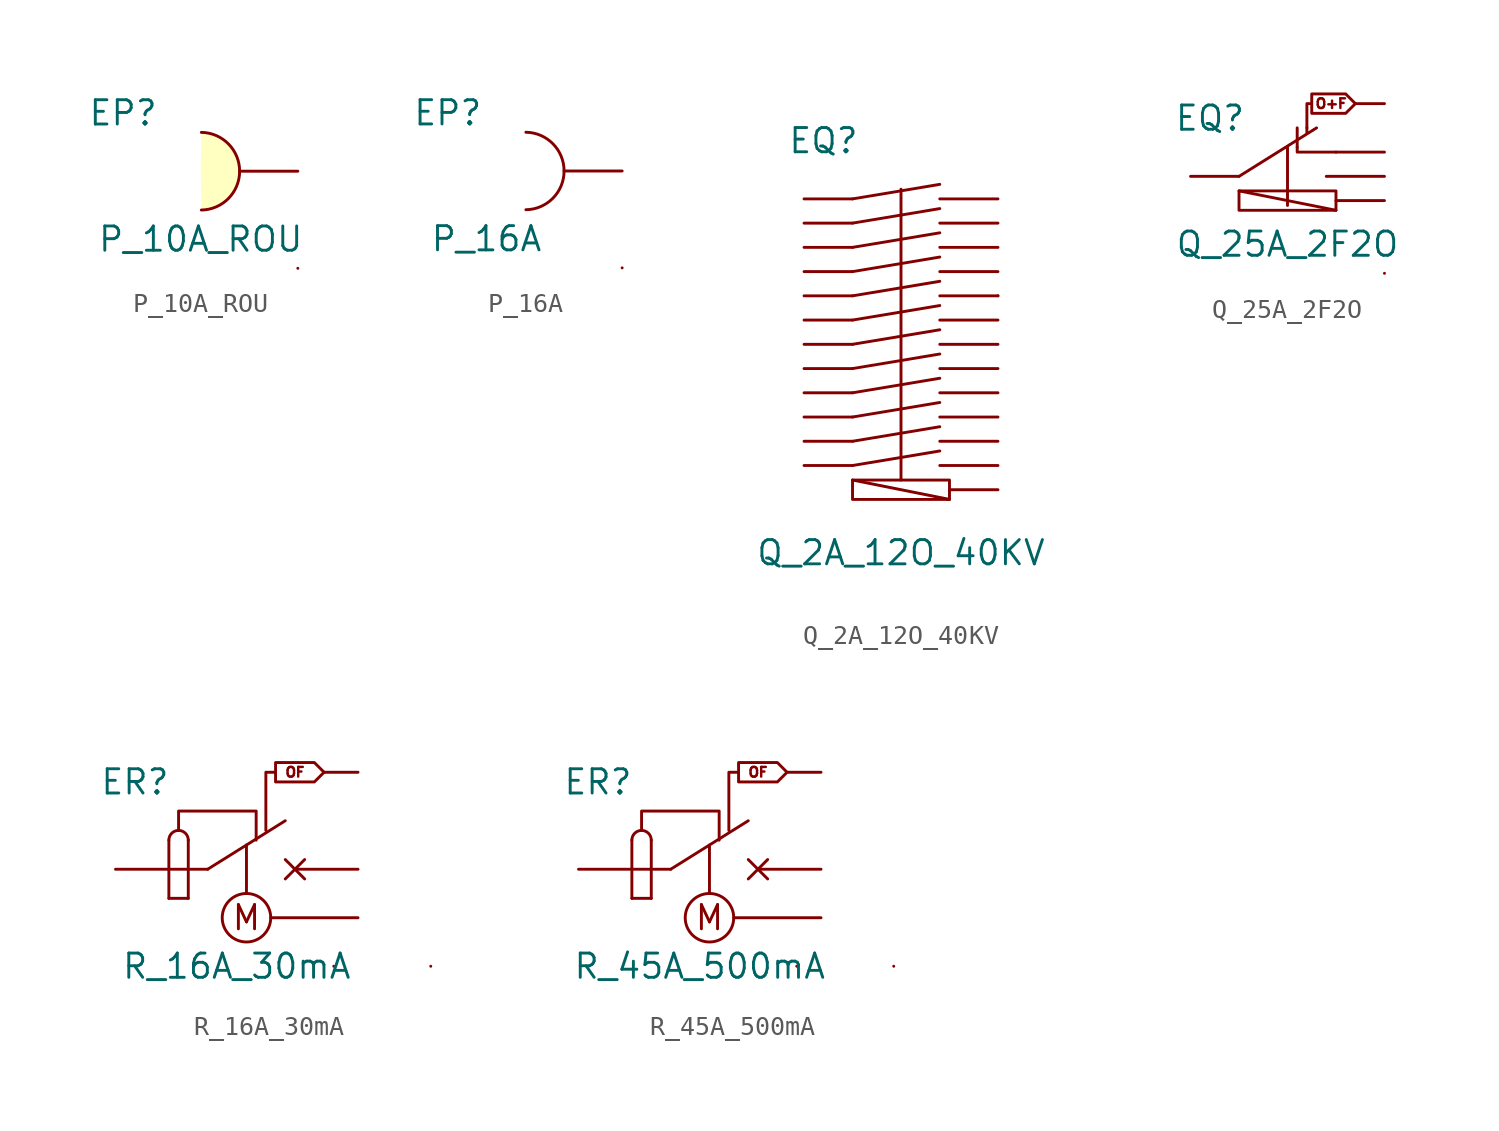
<source format=kicad_sym>
(kicad_symbol_lib
  (version 20201005)
  (generator kicad_symbol_editor)
  (symbol "elec-unifil:P_10A_ROU"
    (pin_numbers hide)
    (pin_names
      (offset 0.254))
    (property "Reference" "EP"
      (at -4.064 3.048 0)
      (effects (font (size 1.27 1.27))))
    (property "Value" "P_10A_ROU"
      (at 0 -3.556 0)
      (effects (font (size 1.27 1.27))))
    (symbol "P_10A_ROU_0_0"
      (arc (start 0.0319 2.0317) (end 0.0319 -2.0317) (radius (at 0 0) (length 2.032) (angles 89.1 -89.1)) (stroke (width 0)) (fill (type background)))
      (polyline (pts (xy 5.08 -5.08) (xy 5.08 -5.08)) (stroke (width 0)) (fill (type none))))
    (symbol "P_10A_ROU_1_1"
      (pin passive line (at 5.08 0 180) (length 3.048) (name "~" (effects (font (size 1.016 1.016)))) (number "1" (effects (font (size 0.254 0.254)))))))
  (symbol "elec-unifil:P_16A"
    (pin_numbers hide)
    (pin_names
      (offset 0.254))
    (property "Reference" "EP"
      (at -4.064 3.048 0)
      (effects (font (size 1.27 1.27))))
    (property "Value" "P_16A"
      (at -2.032 -3.556 0)
      (effects (font (size 1.27 1.27))))
    (symbol "P_16A_0_0"
      (arc (start 0.0319 2.0317) (end 0.0319 -2.0317) (radius (at 0 0) (length 2.032) (angles 89.1 -89.1)) (stroke (width 0)) (fill (type none)))
      (polyline (pts (xy 5.08 -5.08) (xy 5.08 -5.08)) (stroke (width 0)) (fill (type none))))
    (symbol "P_16A_1_1"
      (pin passive line (at 5.08 0 180) (length 3.048) (name "~" (effects (font (size 1.016 1.016)))) (number "1" (effects (font (size 0.254 0.254)))))))
  (symbol "elec-unifil:Q_2A_12O_40KV"
    (pin_numbers hide)
    (pin_names
      (offset 0.254))
    (property "Reference" "EQ"
      (at -4.064 3.048 0)
      (effects (font (size 1.27 1.27))))
    (property "Value" "Q_2A_12O_40KV"
      (at 0 -18.542 0)
      (effects (font (size 1.27 1.27))))
    (symbol "Q_2A_12O_40KV_0_0"
      (rectangle (start -2.54 -14.732) (end 2.54 -15.748) (stroke (width 0)) (fill (type none)))
      (polyline (pts (xy -2.54 -14.732) (xy -2.54 -14.732) (xy 2.54 -15.748) (xy 2.54 -15.748)) (stroke (width 0)) (fill (type none)))
      (polyline (pts (xy 5.08 -5.08) (xy 5.08 -5.08)) (stroke (width 0)) (fill (type none))))
    (symbol "Q_2A_12O_40KV_0_1"
      (polyline (pts (xy -2.54 -13.97) (xy 2.032 -13.208) (xy 2.032 -13.208)) (stroke (width 0)) (fill (type none)))
      (polyline (pts (xy -2.54 0) (xy 2.032 0.762) (xy 2.032 0.762) (xy 2.032 0.762) (xy 2.032 0.762)) (stroke (width 0)) (fill (type none)))
      (polyline (pts (xy -2.54 -6.35) (xy 2.032 -5.588) (xy 2.032 -5.588)) (stroke (width 0)) (fill (type none)))
      (polyline (pts (xy -2.54 -12.7) (xy 2.032 -11.938) (xy 2.032 -11.938)) (stroke (width 0)) (fill (type none)))
      (polyline (pts (xy -2.54 -11.43) (xy 2.032 -10.668) (xy 2.032 -10.668)) (stroke (width 0)) (fill (type none)))
      (polyline (pts (xy -2.54 -8.89) (xy 2.032 -8.128) (xy 2.032 -8.128)) (stroke (width 0)) (fill (type none)))
      (polyline (pts (xy -2.54 -5.08) (xy 2.032 -4.318) (xy 2.032 -4.318)) (stroke (width 0)) (fill (type none)))
      (polyline (pts (xy -2.54 -7.62) (xy 2.032 -6.858) (xy 2.032 -6.858)) (stroke (width 0)) (fill (type none)))
      (polyline (pts (xy -2.54 -10.16) (xy 2.032 -9.398) (xy 2.032 -9.398)) (stroke (width 0)) (fill (type none)))
      (polyline (pts (xy -2.54 -3.81) (xy 2.032 -3.048) (xy 2.032 -3.048)) (stroke (width 0)) (fill (type none)))
      (polyline (pts (xy -2.54 -2.54) (xy 2.032 -1.778) (xy 2.032 -1.778)) (stroke (width 0)) (fill (type none)))
      (polyline (pts (xy 0 -14.732) (xy 0 0.508) (xy 0 0.508)) (stroke (width 0)) (fill (type none)))
      (polyline (pts (xy -2.54 -1.27) (xy 2.032 -0.508) (xy 2.032 -0.508) (xy 2.032 -0.508) (xy 2.032 -0.508) (xy 2.032 -0.508)) (stroke (width 0)) (fill (type none))))
    (symbol "Q_2A_12O_40KV_1_1"
      (pin unspecified line (at 5.08 -12.7 180) (length 3.048) (name "~" (effects (font (size 1.016 1.016)))) (number "22" (effects (font (size 0.254 0.254)))))
      (pin unspecified line (at 5.08 -10.16 180) (length 3.048) (name "~" (effects (font (size 1.016 1.016)))) (number "18" (effects (font (size 0.254 0.254)))))
      (pin unspecified line (at -5.08 -3.81 0) (length 2.54) (name "~" (effects (font (size 1.016 1.016)))) (number "7" (effects (font (size 0.254 0.254)))))
      (pin passive line (at -5.08 -13.97 0) (length 2.54) (name "~" (effects (font (size 1.016 1.016)))) (number "23" (effects (font (size 0.254 0.254)))))
      (pin unspecified line (at 5.08 -7.62 180) (length 3.048) (name "~" (effects (font (size 1.016 1.016)))) (number "14" (effects (font (size 0.254 0.254)))))
      (pin unspecified line (at -5.08 -11.43 0) (length 2.54) (name "~" (effects (font (size 1.016 1.016)))) (number "19" (effects (font (size 0.254 0.254)))))
      (pin unspecified line (at 5.08 -5.08 180) (length 3.048) (name "~" (effects (font (size 1.016 1.016)))) (number "10" (effects (font (size 0.254 0.254)))))
      (pin unspecified line (at -5.08 -6.35 0) (length 2.54) (name "~" (effects (font (size 1.016 1.016)))) (number "11" (effects (font (size 0.254 0.254)))))
      (pin unspecified line (at 5.08 -2.54 180) (length 3.048) (name "~" (effects (font (size 1.016 1.016)))) (number "6" (effects (font (size 0.254 0.254)))))
      (pin unspecified line (at -5.08 -8.89 0) (length 2.54) (name "~" (effects (font (size 1.016 1.016)))) (number "15" (effects (font (size 0.254 0.254)))))
      (pin passive line (at 5.08 -13.97 180) (length 3.048) (name "~" (effects (font (size 1.016 1.016)))) (number "24" (effects (font (size 0.254 0.254)))))
      (pin unspecified line (at 5.08 -11.43 180) (length 3.048) (name "~" (effects (font (size 1.016 1.016)))) (number "20" (effects (font (size 0.254 0.254)))))
      (pin unspecified line (at 5.08 -8.89 180) (length 3.048) (name "~" (effects (font (size 1.016 1.016)))) (number "16" (effects (font (size 0.254 0.254)))))
      (pin unspecified line (at 5.08 -6.35 180) (length 3.048) (name "~" (effects (font (size 1.016 1.016)))) (number "12" (effects (font (size 0.254 0.254)))))
      (pin unspecified line (at 5.08 -3.81 180) (length 3.048) (name "~" (effects (font (size 1.016 1.016)))) (number "8" (effects (font (size 0.254 0.254)))))
      (pin passive line (at 5.08 -1.27 180) (length 3.048) (name "~" (effects (font (size 1.016 1.016)))) (number "4" (effects (font (size 0.254 0.254)))))
      (pin unspecified line (at -5.08 -12.7 0) (length 2.54) (name "~" (effects (font (size 1.016 1.016)))) (number "21" (effects (font (size 0.254 0.254)))))
      (pin unspecified line (at -5.08 -10.16 0) (length 2.54) (name "~" (effects (font (size 1.016 1.016)))) (number "17" (effects (font (size 0.254 0.254)))))
      (pin unspecified line (at -5.08 -7.62 0) (length 2.54) (name "~" (effects (font (size 1.016 1.016)))) (number "13" (effects (font (size 0.254 0.254)))))
      (pin unspecified line (at -5.08 -5.08 0) (length 2.54) (name "~" (effects (font (size 1.016 1.016)))) (number "9" (effects (font (size 0.254 0.254)))))
      (pin unspecified line (at -5.08 -2.54 0) (length 2.54) (name "~" (effects (font (size 1.016 1.016)))) (number "5" (effects (font (size 0.254 0.254)))))
      (pin unspecified line (at -5.08 -1.27 0) (length 2.54) (name "~" (effects (font (size 1.016 1.016)))) (number "3" (effects (font (size 0.254 0.254)))))
      (pin unspecified line (at 5.08 0 180) (length 3.048) (name "~" (effects (font (size 1.016 1.016)))) (number "2" (effects (font (size 0.254 0.254)))))
      (pin input line (at 5.08 -15.24 180) (length 2.54) (name "~" (effects (font (size 1.016 1.016)))) (number "25" (effects (font (size 0.254 0.254)))))
      (pin passive line (at -5.08 0 0) (length 2.54) (name "~" (effects (font (size 1.016 1.016)))) (number "1" (effects (font (size 0.254 0.254)))))))
  (symbol "elec-unifil:Q_25A_2F2O"
    (pin_numbers hide)
    (pin_names
      (offset 0.254))
    (property "Reference" "EQ"
      (at -4.064 3.048 0)
      (effects (font (size 1.27 1.27))))
    (property "Value" "Q_25A_2F2O"
      (at 0 -3.556 0)
      (effects (font (size 1.27 1.27))))
    (symbol "Q_25A_2F2O_0_0"
      (text "O+F" (at 2.286 3.81 0) (effects (font (size 0.508 0.508))))
      (rectangle (start -2.54 -0.762) (end 2.54 -1.778) (stroke (width 0)) (fill (type none)))
      (polyline (pts (xy 1.016 2.54) (xy 1.016 2.286) (xy 1.016 2.286)) (stroke (width 0)) (fill (type none)))
      (polyline (pts (xy 0.508 2.54) (xy 0.508 1.524) (xy 0.508 1.524)) (stroke (width 0)) (fill (type none)))
      (polyline (pts (xy 0 1.524) (xy 0 -1.524) (xy 0 -1.524)) (stroke (width 0)) (fill (type none)))
      (polyline (pts (xy 5.08 -5.08) (xy 5.08 -5.08)) (stroke (width 0)) (fill (type none)))
      (polyline (pts (xy -2.54 -0.762) (xy -2.54 -0.762) (xy 2.54 -1.778) (xy 2.54 -1.778)) (stroke (width 0)) (fill (type none))))
    (symbol "Q_25A_2F2O_0_1"
      (polyline (pts (xy 1.016 2.54) (xy 1.016 3.81) (xy 1.27 3.81) (xy 1.27 4.064) (xy 1.27 4.318) (xy 3.048 4.318) (xy 3.556 3.81) (xy 3.048 3.302) (xy 1.524 3.302) (xy 1.27 3.302) (xy 1.27 3.81) (xy 1.27 3.81)) (stroke (width 0)) (fill (type none)))
      (polyline (pts (xy 0.508 1.524) (xy 0.508 1.27) (xy 2.54 1.27) (xy 2.54 1.27) (xy 2.54 1.27)) (stroke (width 0)) (fill (type none)))
      (polyline (pts (xy -2.54 0) (xy 1.524 2.54) (xy 1.524 2.54)) (stroke (width 0)) (fill (type none))))
    (symbol "Q_25A_2F2O_1_1"
      (pin passive line (at -5.08 0 0) (length 2.54) (name "~" (effects (font (size 1.016 1.016)))) (number "1" (effects (font (size 0.254 0.254)))))
      (pin passive line (at 5.08 1.27 180) (length 2.54) (name "~" (effects (font (size 1.016 1.016)))) (number "2" (effects (font (size 0.254 0.254)))))
      (pin passive line (at 5.08 0 180) (length 3.048) (name "~" (effects (font (size 1.016 1.016)))) (number "3" (effects (font (size 0.254 0.254)))))
      (pin input line (at 5.08 -1.27 180) (length 2.54) (name "~" (effects (font (size 1.016 1.016)))) (number "4" (effects (font (size 0.254 0.254)))))
      (pin passive line (at 5.08 3.81 180) (length 1.524) (name "~" (effects (font (size 1.016 1.016)))) (number "5" (effects (font (size 0.254 0.254)))))))
  (symbol "elec-unifil:R_16A_30mA"
    (pin_numbers hide)
    (pin_names
      (offset 0.254))
    (property "Reference" "ER"
      (at -5.334 4.572 0)
      (effects (font (size 1.27 1.27))))
    (property "Value" "R_16A_30mA"
      (at 0 -5.08 0)
      (effects (font (size 1.27 1.27))))
    (symbol "R_16A_30mA_0_1"
      (arc (start -3.556 1.5249) (end -2.54 1.5249) (radius (at -3.048 1.524) (length 0.508) (angles 179.9 0.1)) (stroke (width 0)) (fill (type none)))
      (circle (center 0.508 -2.54) (radius 1.27) (stroke (width 0)) (fill (type none)))
      (polyline (pts (xy 1.524 2.032) (xy 1.524 5.08) (xy 2.032 5.08) (xy 2.032 5.588) (xy 4.064 5.588) (xy 4.572 5.08) (xy 4.064 4.572) (xy 2.032 4.572) (xy 2.032 5.08) (xy 2.032 5.08)) (stroke (width 0)) (fill (type none)))
      (polyline (pts (xy -1.524 0) (xy 2.54 2.54) (xy 2.54 2.54)) (stroke (width 0)) (fill (type none)))
      (polyline (pts (xy -3.048 2.032) (xy -3.048 3.048) (xy 1.016 3.048) (xy 1.016 1.524) (xy 1.016 1.524) (xy 1.016 1.524)) (stroke (width 0)) (fill (type none)))
      (polyline (pts (xy -3.556 0) (xy -1.524 0) (xy -1.524 0)) (stroke (width 0)) (fill (type none)))
      (polyline (pts (xy 3.556 0.508) (xy 2.54 -0.508) (xy 2.54 -0.508)) (stroke (width 0)) (fill (type none)))
      (polyline (pts (xy -3.556 -1.524) (xy -2.54 -1.524) (xy -2.54 -1.524) (xy -2.54 -1.524) (xy -2.54 -1.524)) (stroke (width 0)) (fill (type none)))
      (polyline (pts (xy -3.556 1.524) (xy -3.556 -1.524) (xy -3.556 -1.524)) (stroke (width 0)) (fill (type none)))
      (polyline (pts (xy -2.54 1.524) (xy -2.54 -1.524) (xy -2.54 -1.016) (xy -2.54 -1.016) (xy -2.54 -1.016)) (stroke (width 0)) (fill (type none)))
      (polyline (pts (xy 2.54 0.508) (xy 3.556 -0.508) (xy 3.556 -0.508) (xy 3.556 -0.508)) (stroke (width 0)) (fill (type none))))
    (symbol "R_16A_30mA_0_0"
      (text "M" (at 0.508 -2.54 0) (effects (font (size 1.27 1.27))))
      (text "OF" (at 3.048 5.08 0) (effects (font (size 0.508 0.508))))
      (polyline (pts (xy 0.508 -1.27) (xy 0.508 1.27) (xy 0.508 1.27)) (stroke (width 0)) (fill (type none)))
      (polyline (pts (xy 10.16 -5.08) (xy 10.16 -5.08)) (stroke (width 0)) (fill (type none)))
      (polyline (pts (xy 5.08 -5.08) (xy 5.08 -5.08)) (stroke (width 0)) (fill (type none))))
    (symbol "R_16A_30mA_1_1"
      (pin passive line (at 6.35 5.08 180) (length 1.778) (name "~" (effects (font (size 0.254 0.254)))) (number "3" (effects (font (size 0.254 0.254)))))
      (pin passive line (at 6.35 0 180) (length 3.302) (name "~" (effects (font (size 1.016 1.016)))) (number "1" (effects (font (size 0.254 0.254)))))
      (pin passive line (at -6.35 0 0) (length 2.794) (name "~" (effects (font (size 1.016 1.016)))) (number "2" (effects (font (size 0.254 0.254)))))
      (pin passive line (at 6.35 -2.54 180) (length 4.572) (name "~" (effects (font (size 1.27 1.27)))) (number "4" (effects (font (size 0.254 0.254)))))))
  (symbol "elec-unifil:R_45A_500mA"
    (pin_numbers hide)
    (pin_names
      (offset 0.254))
    (property "Reference" "ER"
      (at -5.334 4.572 0)
      (effects (font (size 1.27 1.27))))
    (property "Value" "R_45A_500mA"
      (at 0 -5.08 0)
      (effects (font (size 1.27 1.27))))
    (symbol "R_45A_500mA_0_1"
      (arc (start -3.556 1.5249) (end -2.54 1.5249) (radius (at -3.048 1.524) (length 0.508) (angles 179.9 0.1)) (stroke (width 0)) (fill (type none)))
      (circle (center 0.508 -2.54) (radius 1.27) (stroke (width 0)) (fill (type none)))
      (polyline (pts (xy 1.524 2.032) (xy 1.524 5.08) (xy 2.032 5.08) (xy 2.032 5.588) (xy 4.064 5.588) (xy 4.572 5.08) (xy 4.064 4.572) (xy 2.032 4.572) (xy 2.032 5.08) (xy 2.032 5.08)) (stroke (width 0)) (fill (type none)))
      (polyline (pts (xy -1.524 0) (xy 2.54 2.54) (xy 2.54 2.54)) (stroke (width 0)) (fill (type none)))
      (polyline (pts (xy -3.048 2.032) (xy -3.048 3.048) (xy 1.016 3.048) (xy 1.016 1.524) (xy 1.016 1.524) (xy 1.016 1.524)) (stroke (width 0)) (fill (type none)))
      (polyline (pts (xy -3.556 0) (xy -1.524 0) (xy -1.524 0)) (stroke (width 0)) (fill (type none)))
      (polyline (pts (xy 3.556 0.508) (xy 2.54 -0.508) (xy 2.54 -0.508)) (stroke (width 0)) (fill (type none)))
      (polyline (pts (xy -3.556 -1.524) (xy -2.54 -1.524) (xy -2.54 -1.524) (xy -2.54 -1.524) (xy -2.54 -1.524)) (stroke (width 0)) (fill (type none)))
      (polyline (pts (xy -3.556 1.524) (xy -3.556 -1.524) (xy -3.556 -1.524)) (stroke (width 0)) (fill (type none)))
      (polyline (pts (xy -2.54 1.524) (xy -2.54 -1.524) (xy -2.54 -1.016) (xy -2.54 -1.016) (xy -2.54 -1.016)) (stroke (width 0)) (fill (type none)))
      (polyline (pts (xy 2.54 0.508) (xy 3.556 -0.508) (xy 3.556 -0.508) (xy 3.556 -0.508)) (stroke (width 0)) (fill (type none))))
    (symbol "R_45A_500mA_0_0"
      (text "M" (at 0.508 -2.54 0) (effects (font (size 1.27 1.27))))
      (text "OF" (at 3.048 5.08 0) (effects (font (size 0.508 0.508))))
      (polyline (pts (xy 0.508 -1.27) (xy 0.508 1.27) (xy 0.508 1.27)) (stroke (width 0)) (fill (type none)))
      (polyline (pts (xy 10.16 -5.08) (xy 10.16 -5.08)) (stroke (width 0)) (fill (type none)))
      (polyline (pts (xy 5.08 -5.08) (xy 5.08 -5.08)) (stroke (width 0)) (fill (type none))))
    (symbol "R_45A_500mA_1_1"
      (pin output line (at 6.35 5.08 180) (length 1.778) (name "~" (effects (font (size 0.254 0.254)))) (number "3" (effects (font (size 0.254 0.254)))))
      (pin passive line (at 6.35 0 180) (length 3.302) (name "~" (effects (font (size 1.016 1.016)))) (number "1" (effects (font (size 0.254 0.254)))))
      (pin passive line (at -6.35 0 0) (length 2.794) (name "~" (effects (font (size 1.016 1.016)))) (number "2" (effects (font (size 0.254 0.254)))))
      (pin input line (at 6.35 -2.54 180) (length 4.572) (name "~" (effects (font (size 1.27 1.27)))) (number "4" (effects (font (size 0.254 0.254))))))))
</source>
